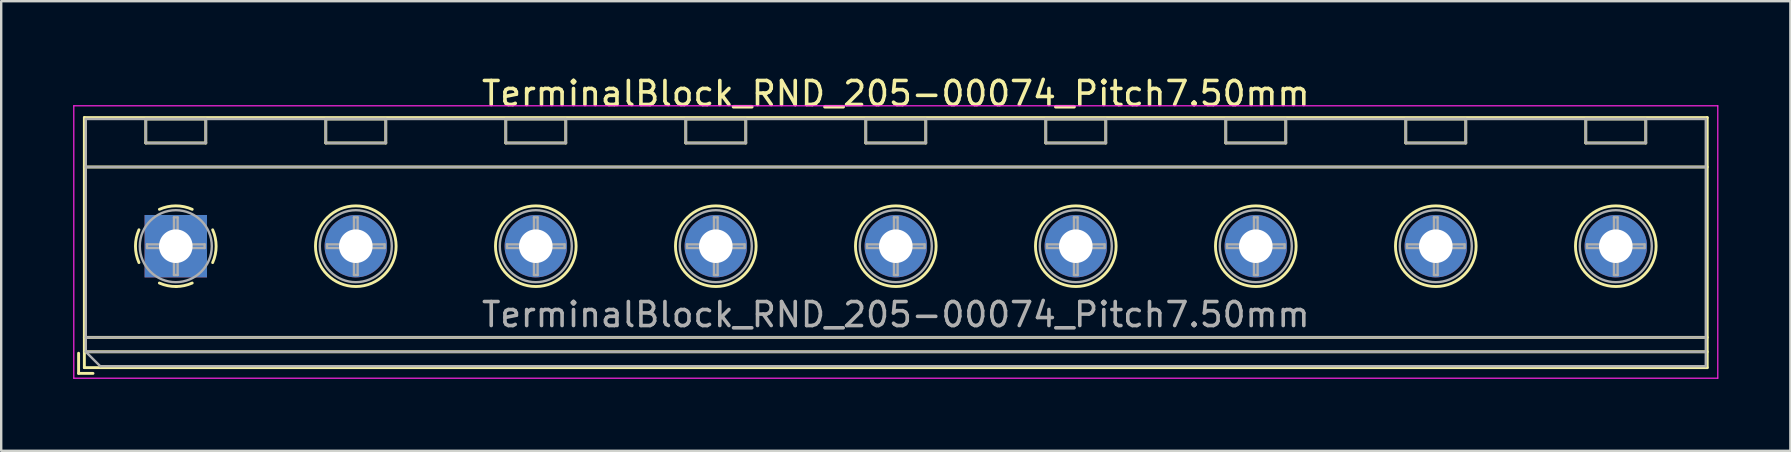
<source format=kicad_pcb>
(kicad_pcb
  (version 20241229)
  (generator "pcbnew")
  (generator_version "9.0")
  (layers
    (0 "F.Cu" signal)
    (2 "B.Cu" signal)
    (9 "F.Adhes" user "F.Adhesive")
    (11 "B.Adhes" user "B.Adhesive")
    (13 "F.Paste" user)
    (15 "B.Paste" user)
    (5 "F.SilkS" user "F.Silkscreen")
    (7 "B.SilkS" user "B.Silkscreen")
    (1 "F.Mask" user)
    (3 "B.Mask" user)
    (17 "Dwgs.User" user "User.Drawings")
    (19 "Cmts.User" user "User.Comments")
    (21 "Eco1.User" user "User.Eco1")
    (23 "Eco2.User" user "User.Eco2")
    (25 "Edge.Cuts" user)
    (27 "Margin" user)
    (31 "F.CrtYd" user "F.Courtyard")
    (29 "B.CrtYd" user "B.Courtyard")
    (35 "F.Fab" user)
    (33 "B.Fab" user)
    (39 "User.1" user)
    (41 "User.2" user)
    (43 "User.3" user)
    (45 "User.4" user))
  (footprint "TerminalBlock_RND_205-00074_Pitch7.50mm"
    (layer "F.Cu")
    (at 4.275 7.208)
    (property "Reference" "TerminalBlock_RND_205-00074_Pitch7.50mm" (at 30 -6.36 0) (layer "F.SilkS") (effects (font (size 1 1) (thickness 0.15))))
    (attr through_hole)
    (fp_line (start -4.05 4.46) (end -4.05 5.3) (stroke (width 0.12) (type solid)) (layer "F.SilkS"))
    (fp_line (start -4.05 5.3) (end -3.45 5.3) (stroke (width 0.12) (type solid)) (layer "F.SilkS"))
    (fp_line (start -3.81 -5.36) (end -3.81 5.06) (stroke (width 0.12) (type solid)) (layer "F.SilkS"))
    (fp_line (start -3.81 -3.3) (end 63.81 -3.3) (stroke (width 0.12) (type solid)) (layer "F.SilkS"))
    (fp_line (start -3.81 3.8) (end 63.81 3.8) (stroke (width 0.12) (type solid)) (layer "F.SilkS"))
    (fp_line (start -3.81 4.4) (end 63.81 4.4) (stroke (width 0.12) (type solid)) (layer "F.SilkS"))
    (fp_line (start -3.81 5.06) (end 63.81 5.06) (stroke (width 0.12) (type solid)) (layer "F.SilkS"))
    (fp_line (start -1.25 -5.301) (end -1.25 -4.301) (stroke (width 0.12) (type solid)) (layer "F.SilkS"))
    (fp_line (start -1.25 -5.301) (end 1.25 -5.301) (stroke (width 0.12) (type solid)) (layer "F.SilkS"))
    (fp_line (start -1.25 -4.301) (end 1.25 -4.301) (stroke (width 0.12) (type solid)) (layer "F.SilkS"))
    (fp_line (start 1.25 -5.301) (end 1.25 -4.301) (stroke (width 0.12) (type solid)) (layer "F.SilkS"))
    (fp_line (start 6.25 -5.301) (end 6.25 -4.301) (stroke (width 0.12) (type solid)) (layer "F.SilkS"))
    (fp_line (start 6.25 -5.301) (end 8.75 -5.301) (stroke (width 0.12) (type solid)) (layer "F.SilkS"))
    (fp_line (start 6.25 -4.301) (end 8.75 -4.301) (stroke (width 0.12) (type solid)) (layer "F.SilkS"))
    (fp_line (start 8.75 -5.301) (end 8.75 -4.301) (stroke (width 0.12) (type solid)) (layer "F.SilkS"))
    (fp_line (start 13.75 -5.301) (end 13.75 -4.301) (stroke (width 0.12) (type solid)) (layer "F.SilkS"))
    (fp_line (start 13.75 -5.301) (end 16.25 -5.301) (stroke (width 0.12) (type solid)) (layer "F.SilkS"))
    (fp_line (start 13.75 -4.301) (end 16.25 -4.301) (stroke (width 0.12) (type solid)) (layer "F.SilkS"))
    (fp_line (start 16.25 -5.301) (end 16.25 -4.301) (stroke (width 0.12) (type solid)) (layer "F.SilkS"))
    (fp_line (start 21.25 -5.301) (end 21.25 -4.301) (stroke (width 0.12) (type solid)) (layer "F.SilkS"))
    (fp_line (start 21.25 -5.301) (end 23.75 -5.301) (stroke (width 0.12) (type solid)) (layer "F.SilkS"))
    (fp_line (start 21.25 -4.301) (end 23.75 -4.301) (stroke (width 0.12) (type solid)) (layer "F.SilkS"))
    (fp_line (start 23.75 -5.301) (end 23.75 -4.301) (stroke (width 0.12) (type solid)) (layer "F.SilkS"))
    (fp_line (start 28.75 -5.301) (end 28.75 -4.301) (stroke (width 0.12) (type solid)) (layer "F.SilkS"))
    (fp_line (start 28.75 -5.301) (end 31.25 -5.301) (stroke (width 0.12) (type solid)) (layer "F.SilkS"))
    (fp_line (start 28.75 -4.301) (end 31.25 -4.301) (stroke (width 0.12) (type solid)) (layer "F.SilkS"))
    (fp_line (start 31.25 -5.301) (end 31.25 -4.301) (stroke (width 0.12) (type solid)) (layer "F.SilkS"))
    (fp_line (start 36.25 -5.301) (end 36.25 -4.301) (stroke (width 0.12) (type solid)) (layer "F.SilkS"))
    (fp_line (start 36.25 -5.301) (end 38.75 -5.301) (stroke (width 0.12) (type solid)) (layer "F.SilkS"))
    (fp_line (start 36.25 -4.301) (end 38.75 -4.301) (stroke (width 0.12) (type solid)) (layer "F.SilkS"))
    (fp_line (start 38.75 -5.301) (end 38.75 -4.301) (stroke (width 0.12) (type solid)) (layer "F.SilkS"))
    (fp_line (start 43.75 -5.301) (end 43.75 -4.301) (stroke (width 0.12) (type solid)) (layer "F.SilkS"))
    (fp_line (start 43.75 -5.301) (end 46.25 -5.301) (stroke (width 0.12) (type solid)) (layer "F.SilkS"))
    (fp_line (start 43.75 -4.301) (end 46.25 -4.301) (stroke (width 0.12) (type solid)) (layer "F.SilkS"))
    (fp_line (start 46.25 -5.301) (end 46.25 -4.301) (stroke (width 0.12) (type solid)) (layer "F.SilkS"))
    (fp_line (start 51.25 -5.301) (end 51.25 -4.301) (stroke (width 0.12) (type solid)) (layer "F.SilkS"))
    (fp_line (start 51.25 -5.301) (end 53.75 -5.301) (stroke (width 0.12) (type solid)) (layer "F.SilkS"))
    (fp_line (start 51.25 -4.301) (end 53.75 -4.301) (stroke (width 0.12) (type solid)) (layer "F.SilkS"))
    (fp_line (start 53.75 -5.301) (end 53.75 -4.301) (stroke (width 0.12) (type solid)) (layer "F.SilkS"))
    (fp_line (start 58.75 -5.301) (end 58.75 -4.301) (stroke (width 0.12) (type solid)) (layer "F.SilkS"))
    (fp_line (start 58.75 -5.301) (end 61.25 -5.301) (stroke (width 0.12) (type solid)) (layer "F.SilkS"))
    (fp_line (start 58.75 -4.301) (end 61.25 -4.301) (stroke (width 0.12) (type solid)) (layer "F.SilkS"))
    (fp_line (start 61.25 -5.301) (end 61.25 -4.301) (stroke (width 0.12) (type solid)) (layer "F.SilkS"))
    (fp_line (start 63.81 -5.36) (end -3.81 -5.36) (stroke (width 0.12) (type solid)) (layer "F.SilkS"))
    (fp_line (start 63.81 5.06) (end 63.81 -5.36) (stroke (width 0.12) (type solid)) (layer "F.SilkS"))
    (fp_arc (start -1.535427 0.683042) (mid -1.680501 -0.000524) (end -1.535 -0.684) (stroke (width 0.12) (type solid)) (layer "F.SilkS"))
    (fp_arc (start -0.683042 -1.535427) (mid 0.000524 -1.680501) (end 0.684 -1.535) (stroke (width 0.12) (type solid)) (layer "F.SilkS"))
    (fp_arc (start 0.028805 1.680253) (mid -0.335551 1.646659) (end -0.684 1.535) (stroke (width 0.12) (type solid)) (layer "F.SilkS"))
    (fp_arc (start 0.683318 1.534756) (mid 0.349292 1.643288) (end 0 1.68) (stroke (width 0.12) (type solid)) (layer "F.SilkS"))
    (fp_arc (start 1.535427 -0.683042) (mid 1.680501 0.000524) (end 1.535 0.684) (stroke (width 0.12) (type solid)) (layer "F.SilkS"))
    (fp_circle (center 7.5 0) (end 9.18 0) (stroke (width 0.12) (type solid)) (fill no) (layer "F.SilkS"))
    (fp_circle (center 15 0) (end 16.68 0) (stroke (width 0.12) (type solid)) (fill no) (layer "F.SilkS"))
    (fp_circle (center 22.5 0) (end 24.18 0) (stroke (width 0.12) (type solid)) (fill no) (layer "F.SilkS"))
    (fp_circle (center 30 0) (end 31.68 0) (stroke (width 0.12) (type solid)) (fill no) (layer "F.SilkS"))
    (fp_circle (center 37.5 0) (end 39.18 0) (stroke (width 0.12) (type solid)) (fill no) (layer "F.SilkS"))
    (fp_circle (center 45 0) (end 46.68 0) (stroke (width 0.12) (type solid)) (fill no) (layer "F.SilkS"))
    (fp_circle (center 52.5 0) (end 54.18 0) (stroke (width 0.12) (type solid)) (fill no) (layer "F.SilkS"))
    (fp_circle (center 60 0) (end 61.68 0) (stroke (width 0.12) (type solid)) (fill no) (layer "F.SilkS"))
    (fp_line (start -4.25 -5.85) (end -4.25 5.5) (stroke (width 0.05) (type solid)) (layer "F.CrtYd"))
    (fp_line (start -4.25 5.5) (end 64.25 5.5) (stroke (width 0.05) (type solid)) (layer "F.CrtYd"))
    (fp_line (start 64.25 -5.85) (end -4.25 -5.85) (stroke (width 0.05) (type solid)) (layer "F.CrtYd"))
    (fp_line (start 64.25 5.5) (end 64.25 -5.85) (stroke (width 0.05) (type solid)) (layer "F.CrtYd"))
    (fp_line (start -3.75 -5.3) (end 63.75 -5.3) (stroke (width 0.1) (type solid)) (layer "F.Fab"))
    (fp_line (start -3.75 -3.3) (end 63.75 -3.3) (stroke (width 0.1) (type solid)) (layer "F.Fab"))
    (fp_line (start -3.75 3.8) (end 63.75 3.8) (stroke (width 0.1) (type solid)) (layer "F.Fab"))
    (fp_line (start -3.75 4.4) (end -3.75 -5.3) (stroke (width 0.1) (type solid)) (layer "F.Fab"))
    (fp_line (start -3.75 4.4) (end 63.75 4.4) (stroke (width 0.1) (type solid)) (layer "F.Fab"))
    (fp_line (start -3.15 5) (end -3.75 4.4) (stroke (width 0.1) (type solid)) (layer "F.Fab"))
    (fp_line (start -1.25 -5.3) (end -1.25 -4.3) (stroke (width 0.1) (type solid)) (layer "F.Fab"))
    (fp_line (start -1.25 -4.3) (end 1.25 -4.3) (stroke (width 0.1) (type solid)) (layer "F.Fab"))
    (fp_line (start -1.201 -0.076) (end -0.076 -0.076) (stroke (width 0.1) (type solid)) (layer "F.Fab"))
    (fp_line (start -1.201 0.076) (end -1.201 -0.076) (stroke (width 0.1) (type solid)) (layer "F.Fab"))
    (fp_line (start -0.076 -1.201) (end 0.076 -1.201) (stroke (width 0.1) (type solid)) (layer "F.Fab"))
    (fp_line (start -0.076 -0.076) (end -0.076 -1.201) (stroke (width 0.1) (type solid)) (layer "F.Fab"))
    (fp_line (start -0.076 0.076) (end -1.201 0.076) (stroke (width 0.1) (type solid)) (layer "F.Fab"))
    (fp_line (start -0.076 1.201) (end -0.076 0.076) (stroke (width 0.1) (type solid)) (layer "F.Fab"))
    (fp_line (start 0.076 -1.201) (end 0.076 -0.076) (stroke (width 0.1) (type solid)) (layer "F.Fab"))
    (fp_line (start 0.076 -0.076) (end 1.201 -0.076) (stroke (width 0.1) (type solid)) (layer "F.Fab"))
    (fp_line (start 0.076 0.076) (end 0.076 1.201) (stroke (width 0.1) (type solid)) (layer "F.Fab"))
    (fp_line (start 0.076 1.201) (end -0.076 1.201) (stroke (width 0.1) (type solid)) (layer "F.Fab"))
    (fp_line (start 1.201 -0.076) (end 1.201 0.076) (stroke (width 0.1) (type solid)) (layer "F.Fab"))
    (fp_line (start 1.201 0.076) (end 0.076 0.076) (stroke (width 0.1) (type solid)) (layer "F.Fab"))
    (fp_line (start 1.25 -5.3) (end -1.25 -5.3) (stroke (width 0.1) (type solid)) (layer "F.Fab"))
    (fp_line (start 1.25 -4.3) (end 1.25 -5.3) (stroke (width 0.1) (type solid)) (layer "F.Fab"))
    (fp_line (start 6.25 -5.3) (end 6.25 -4.3) (stroke (width 0.1) (type solid)) (layer "F.Fab"))
    (fp_line (start 6.25 -4.3) (end 8.75 -4.3) (stroke (width 0.1) (type solid)) (layer "F.Fab"))
    (fp_line (start 6.299 -0.076) (end 7.424 -0.076) (stroke (width 0.1) (type solid)) (layer "F.Fab"))
    (fp_line (start 6.299 0.076) (end 6.299 -0.076) (stroke (width 0.1) (type solid)) (layer "F.Fab"))
    (fp_line (start 7.424 -1.201) (end 7.576 -1.201) (stroke (width 0.1) (type solid)) (layer "F.Fab"))
    (fp_line (start 7.424 -0.076) (end 7.424 -1.201) (stroke (width 0.1) (type solid)) (layer "F.Fab"))
    (fp_line (start 7.424 0.076) (end 6.299 0.076) (stroke (width 0.1) (type solid)) (layer "F.Fab"))
    (fp_line (start 7.424 1.201) (end 7.424 0.076) (stroke (width 0.1) (type solid)) (layer "F.Fab"))
    (fp_line (start 7.576 -1.201) (end 7.576 -0.076) (stroke (width 0.1) (type solid)) (layer "F.Fab"))
    (fp_line (start 7.576 -0.076) (end 8.701 -0.076) (stroke (width 0.1) (type solid)) (layer "F.Fab"))
    (fp_line (start 7.576 0.076) (end 7.576 1.201) (stroke (width 0.1) (type solid)) (layer "F.Fab"))
    (fp_line (start 7.576 1.201) (end 7.424 1.201) (stroke (width 0.1) (type solid)) (layer "F.Fab"))
    (fp_line (start 8.701 -0.076) (end 8.701 0.076) (stroke (width 0.1) (type solid)) (layer "F.Fab"))
    (fp_line (start 8.701 0.076) (end 7.576 0.076) (stroke (width 0.1) (type solid)) (layer "F.Fab"))
    (fp_line (start 8.75 -5.3) (end 6.25 -5.3) (stroke (width 0.1) (type solid)) (layer "F.Fab"))
    (fp_line (start 8.75 -4.3) (end 8.75 -5.3) (stroke (width 0.1) (type solid)) (layer "F.Fab"))
    (fp_line (start 13.75 -5.3) (end 13.75 -4.3) (stroke (width 0.1) (type solid)) (layer "F.Fab"))
    (fp_line (start 13.75 -4.3) (end 16.25 -4.3) (stroke (width 0.1) (type solid)) (layer "F.Fab"))
    (fp_line (start 13.799 -0.076) (end 14.924 -0.076) (stroke (width 0.1) (type solid)) (layer "F.Fab"))
    (fp_line (start 13.799 0.076) (end 13.799 -0.076) (stroke (width 0.1) (type solid)) (layer "F.Fab"))
    (fp_line (start 14.924 -1.201) (end 15.076 -1.201) (stroke (width 0.1) (type solid)) (layer "F.Fab"))
    (fp_line (start 14.924 -0.076) (end 14.924 -1.201) (stroke (width 0.1) (type solid)) (layer "F.Fab"))
    (fp_line (start 14.924 0.076) (end 13.799 0.076) (stroke (width 0.1) (type solid)) (layer "F.Fab"))
    (fp_line (start 14.924 1.201) (end 14.924 0.076) (stroke (width 0.1) (type solid)) (layer "F.Fab"))
    (fp_line (start 15.076 -1.201) (end 15.076 -0.076) (stroke (width 0.1) (type solid)) (layer "F.Fab"))
    (fp_line (start 15.076 -0.076) (end 16.201 -0.076) (stroke (width 0.1) (type solid)) (layer "F.Fab"))
    (fp_line (start 15.076 0.076) (end 15.076 1.201) (stroke (width 0.1) (type solid)) (layer "F.Fab"))
    (fp_line (start 15.076 1.201) (end 14.924 1.201) (stroke (width 0.1) (type solid)) (layer "F.Fab"))
    (fp_line (start 16.201 -0.076) (end 16.201 0.076) (stroke (width 0.1) (type solid)) (layer "F.Fab"))
    (fp_line (start 16.201 0.076) (end 15.076 0.076) (stroke (width 0.1) (type solid)) (layer "F.Fab"))
    (fp_line (start 16.25 -5.3) (end 13.75 -5.3) (stroke (width 0.1) (type solid)) (layer "F.Fab"))
    (fp_line (start 16.25 -4.3) (end 16.25 -5.3) (stroke (width 0.1) (type solid)) (layer "F.Fab"))
    (fp_line (start 21.25 -5.3) (end 21.25 -4.3) (stroke (width 0.1) (type solid)) (layer "F.Fab"))
    (fp_line (start 21.25 -4.3) (end 23.75 -4.3) (stroke (width 0.1) (type solid)) (layer "F.Fab"))
    (fp_line (start 21.299 -0.076) (end 22.424 -0.076) (stroke (width 0.1) (type solid)) (layer "F.Fab"))
    (fp_line (start 21.299 0.076) (end 21.299 -0.076) (stroke (width 0.1) (type solid)) (layer "F.Fab"))
    (fp_line (start 22.424 -1.201) (end 22.576 -1.201) (stroke (width 0.1) (type solid)) (layer "F.Fab"))
    (fp_line (start 22.424 -0.076) (end 22.424 -1.201) (stroke (width 0.1) (type solid)) (layer "F.Fab"))
    (fp_line (start 22.424 0.076) (end 21.299 0.076) (stroke (width 0.1) (type solid)) (layer "F.Fab"))
    (fp_line (start 22.424 1.201) (end 22.424 0.076) (stroke (width 0.1) (type solid)) (layer "F.Fab"))
    (fp_line (start 22.576 -1.201) (end 22.576 -0.076) (stroke (width 0.1) (type solid)) (layer "F.Fab"))
    (fp_line (start 22.576 -0.076) (end 23.701 -0.076) (stroke (width 0.1) (type solid)) (layer "F.Fab"))
    (fp_line (start 22.576 0.076) (end 22.576 1.201) (stroke (width 0.1) (type solid)) (layer "F.Fab"))
    (fp_line (start 22.576 1.201) (end 22.424 1.201) (stroke (width 0.1) (type solid)) (layer "F.Fab"))
    (fp_line (start 23.701 -0.076) (end 23.701 0.076) (stroke (width 0.1) (type solid)) (layer "F.Fab"))
    (fp_line (start 23.701 0.076) (end 22.576 0.076) (stroke (width 0.1) (type solid)) (layer "F.Fab"))
    (fp_line (start 23.75 -5.3) (end 21.25 -5.3) (stroke (width 0.1) (type solid)) (layer "F.Fab"))
    (fp_line (start 23.75 -4.3) (end 23.75 -5.3) (stroke (width 0.1) (type solid)) (layer "F.Fab"))
    (fp_line (start 28.75 -5.3) (end 28.75 -4.3) (stroke (width 0.1) (type solid)) (layer "F.Fab"))
    (fp_line (start 28.75 -4.3) (end 31.25 -4.3) (stroke (width 0.1) (type solid)) (layer "F.Fab"))
    (fp_line (start 28.799 -0.076) (end 29.924 -0.076) (stroke (width 0.1) (type solid)) (layer "F.Fab"))
    (fp_line (start 28.799 0.076) (end 28.799 -0.076) (stroke (width 0.1) (type solid)) (layer "F.Fab"))
    (fp_line (start 29.924 -1.201) (end 30.076 -1.201) (stroke (width 0.1) (type solid)) (layer "F.Fab"))
    (fp_line (start 29.924 -0.076) (end 29.924 -1.201) (stroke (width 0.1) (type solid)) (layer "F.Fab"))
    (fp_line (start 29.924 0.076) (end 28.799 0.076) (stroke (width 0.1) (type solid)) (layer "F.Fab"))
    (fp_line (start 29.924 1.201) (end 29.924 0.076) (stroke (width 0.1) (type solid)) (layer "F.Fab"))
    (fp_line (start 30.076 -1.201) (end 30.076 -0.076) (stroke (width 0.1) (type solid)) (layer "F.Fab"))
    (fp_line (start 30.076 -0.076) (end 31.201 -0.076) (stroke (width 0.1) (type solid)) (layer "F.Fab"))
    (fp_line (start 30.076 0.076) (end 30.076 1.201) (stroke (width 0.1) (type solid)) (layer "F.Fab"))
    (fp_line (start 30.076 1.201) (end 29.924 1.201) (stroke (width 0.1) (type solid)) (layer "F.Fab"))
    (fp_line (start 31.201 -0.076) (end 31.201 0.076) (stroke (width 0.1) (type solid)) (layer "F.Fab"))
    (fp_line (start 31.201 0.076) (end 30.076 0.076) (stroke (width 0.1) (type solid)) (layer "F.Fab"))
    (fp_line (start 31.25 -5.3) (end 28.75 -5.3) (stroke (width 0.1) (type solid)) (layer "F.Fab"))
    (fp_line (start 31.25 -4.3) (end 31.25 -5.3) (stroke (width 0.1) (type solid)) (layer "F.Fab"))
    (fp_line (start 36.25 -5.3) (end 36.25 -4.3) (stroke (width 0.1) (type solid)) (layer "F.Fab"))
    (fp_line (start 36.25 -4.3) (end 38.75 -4.3) (stroke (width 0.1) (type solid)) (layer "F.Fab"))
    (fp_line (start 36.299 -0.076) (end 37.424 -0.076) (stroke (width 0.1) (type solid)) (layer "F.Fab"))
    (fp_line (start 36.299 0.076) (end 36.299 -0.076) (stroke (width 0.1) (type solid)) (layer "F.Fab"))
    (fp_line (start 37.424 -1.201) (end 37.576 -1.201) (stroke (width 0.1) (type solid)) (layer "F.Fab"))
    (fp_line (start 37.424 -0.076) (end 37.424 -1.201) (stroke (width 0.1) (type solid)) (layer "F.Fab"))
    (fp_line (start 37.424 0.076) (end 36.299 0.076) (stroke (width 0.1) (type solid)) (layer "F.Fab"))
    (fp_line (start 37.424 1.201) (end 37.424 0.076) (stroke (width 0.1) (type solid)) (layer "F.Fab"))
    (fp_line (start 37.576 -1.201) (end 37.576 -0.076) (stroke (width 0.1) (type solid)) (layer "F.Fab"))
    (fp_line (start 37.576 -0.076) (end 38.701 -0.076) (stroke (width 0.1) (type solid)) (layer "F.Fab"))
    (fp_line (start 37.576 0.076) (end 37.576 1.201) (stroke (width 0.1) (type solid)) (layer "F.Fab"))
    (fp_line (start 37.576 1.201) (end 37.424 1.201) (stroke (width 0.1) (type solid)) (layer "F.Fab"))
    (fp_line (start 38.701 -0.076) (end 38.701 0.076) (stroke (width 0.1) (type solid)) (layer "F.Fab"))
    (fp_line (start 38.701 0.076) (end 37.576 0.076) (stroke (width 0.1) (type solid)) (layer "F.Fab"))
    (fp_line (start 38.75 -5.3) (end 36.25 -5.3) (stroke (width 0.1) (type solid)) (layer "F.Fab"))
    (fp_line (start 38.75 -4.3) (end 38.75 -5.3) (stroke (width 0.1) (type solid)) (layer "F.Fab"))
    (fp_line (start 43.75 -5.3) (end 43.75 -4.3) (stroke (width 0.1) (type solid)) (layer "F.Fab"))
    (fp_line (start 43.75 -4.3) (end 46.25 -4.3) (stroke (width 0.1) (type solid)) (layer "F.Fab"))
    (fp_line (start 43.799 -0.076) (end 44.924 -0.076) (stroke (width 0.1) (type solid)) (layer "F.Fab"))
    (fp_line (start 43.799 0.076) (end 43.799 -0.076) (stroke (width 0.1) (type solid)) (layer "F.Fab"))
    (fp_line (start 44.924 -1.201) (end 45.076 -1.201) (stroke (width 0.1) (type solid)) (layer "F.Fab"))
    (fp_line (start 44.924 -0.076) (end 44.924 -1.201) (stroke (width 0.1) (type solid)) (layer "F.Fab"))
    (fp_line (start 44.924 0.076) (end 43.799 0.076) (stroke (width 0.1) (type solid)) (layer "F.Fab"))
    (fp_line (start 44.924 1.201) (end 44.924 0.076) (stroke (width 0.1) (type solid)) (layer "F.Fab"))
    (fp_line (start 45.076 -1.201) (end 45.076 -0.076) (stroke (width 0.1) (type solid)) (layer "F.Fab"))
    (fp_line (start 45.076 -0.076) (end 46.201 -0.076) (stroke (width 0.1) (type solid)) (layer "F.Fab"))
    (fp_line (start 45.076 0.076) (end 45.076 1.201) (stroke (width 0.1) (type solid)) (layer "F.Fab"))
    (fp_line (start 45.076 1.201) (end 44.924 1.201) (stroke (width 0.1) (type solid)) (layer "F.Fab"))
    (fp_line (start 46.201 -0.076) (end 46.201 0.076) (stroke (width 0.1) (type solid)) (layer "F.Fab"))
    (fp_line (start 46.201 0.076) (end 45.076 0.076) (stroke (width 0.1) (type solid)) (layer "F.Fab"))
    (fp_line (start 46.25 -5.3) (end 43.75 -5.3) (stroke (width 0.1) (type solid)) (layer "F.Fab"))
    (fp_line (start 46.25 -4.3) (end 46.25 -5.3) (stroke (width 0.1) (type solid)) (layer "F.Fab"))
    (fp_line (start 51.25 -5.3) (end 51.25 -4.3) (stroke (width 0.1) (type solid)) (layer "F.Fab"))
    (fp_line (start 51.25 -4.3) (end 53.75 -4.3) (stroke (width 0.1) (type solid)) (layer "F.Fab"))
    (fp_line (start 51.299 -0.076) (end 52.424 -0.076) (stroke (width 0.1) (type solid)) (layer "F.Fab"))
    (fp_line (start 51.299 0.076) (end 51.299 -0.076) (stroke (width 0.1) (type solid)) (layer "F.Fab"))
    (fp_line (start 52.424 -1.201) (end 52.576 -1.201) (stroke (width 0.1) (type solid)) (layer "F.Fab"))
    (fp_line (start 52.424 -0.076) (end 52.424 -1.201) (stroke (width 0.1) (type solid)) (layer "F.Fab"))
    (fp_line (start 52.424 0.076) (end 51.299 0.076) (stroke (width 0.1) (type solid)) (layer "F.Fab"))
    (fp_line (start 52.424 1.201) (end 52.424 0.076) (stroke (width 0.1) (type solid)) (layer "F.Fab"))
    (fp_line (start 52.576 -1.201) (end 52.576 -0.076) (stroke (width 0.1) (type solid)) (layer "F.Fab"))
    (fp_line (start 52.576 -0.076) (end 53.701 -0.076) (stroke (width 0.1) (type solid)) (layer "F.Fab"))
    (fp_line (start 52.576 0.076) (end 52.576 1.201) (stroke (width 0.1) (type solid)) (layer "F.Fab"))
    (fp_line (start 52.576 1.201) (end 52.424 1.201) (stroke (width 0.1) (type solid)) (layer "F.Fab"))
    (fp_line (start 53.701 -0.076) (end 53.701 0.076) (stroke (width 0.1) (type solid)) (layer "F.Fab"))
    (fp_line (start 53.701 0.076) (end 52.576 0.076) (stroke (width 0.1) (type solid)) (layer "F.Fab"))
    (fp_line (start 53.75 -5.3) (end 51.25 -5.3) (stroke (width 0.1) (type solid)) (layer "F.Fab"))
    (fp_line (start 53.75 -4.3) (end 53.75 -5.3) (stroke (width 0.1) (type solid)) (layer "F.Fab"))
    (fp_line (start 58.75 -5.3) (end 58.75 -4.3) (stroke (width 0.1) (type solid)) (layer "F.Fab"))
    (fp_line (start 58.75 -4.3) (end 61.25 -4.3) (stroke (width 0.1) (type solid)) (layer "F.Fab"))
    (fp_line (start 58.799 -0.076) (end 59.924 -0.076) (stroke (width 0.1) (type solid)) (layer "F.Fab"))
    (fp_line (start 58.799 0.076) (end 58.799 -0.076) (stroke (width 0.1) (type solid)) (layer "F.Fab"))
    (fp_line (start 59.924 -1.201) (end 60.076 -1.201) (stroke (width 0.1) (type solid)) (layer "F.Fab"))
    (fp_line (start 59.924 -0.076) (end 59.924 -1.201) (stroke (width 0.1) (type solid)) (layer "F.Fab"))
    (fp_line (start 59.924 0.076) (end 58.799 0.076) (stroke (width 0.1) (type solid)) (layer "F.Fab"))
    (fp_line (start 59.924 1.201) (end 59.924 0.076) (stroke (width 0.1) (type solid)) (layer "F.Fab"))
    (fp_line (start 60.076 -1.201) (end 60.076 -0.076) (stroke (width 0.1) (type solid)) (layer "F.Fab"))
    (fp_line (start 60.076 -0.076) (end 61.201 -0.076) (stroke (width 0.1) (type solid)) (layer "F.Fab"))
    (fp_line (start 60.076 0.076) (end 60.076 1.201) (stroke (width 0.1) (type solid)) (layer "F.Fab"))
    (fp_line (start 60.076 1.201) (end 59.924 1.201) (stroke (width 0.1) (type solid)) (layer "F.Fab"))
    (fp_line (start 61.201 -0.076) (end 61.201 0.076) (stroke (width 0.1) (type solid)) (layer "F.Fab"))
    (fp_line (start 61.201 0.076) (end 60.076 0.076) (stroke (width 0.1) (type solid)) (layer "F.Fab"))
    (fp_line (start 61.25 -5.3) (end 58.75 -5.3) (stroke (width 0.1) (type solid)) (layer "F.Fab"))
    (fp_line (start 61.25 -4.3) (end 61.25 -5.3) (stroke (width 0.1) (type solid)) (layer "F.Fab"))
    (fp_line (start 63.75 -5.3) (end 63.75 5) (stroke (width 0.1) (type solid)) (layer "F.Fab"))
    (fp_line (start 63.75 5) (end -3.15 5) (stroke (width 0.1) (type solid)) (layer "F.Fab"))
    (fp_circle (center 0 0) (end 1.5 0) (stroke (width 0.1) (type solid)) (fill no) (layer "F.Fab"))
    (fp_circle (center 7.5 0) (end 9 0) (stroke (width 0.1) (type solid)) (fill no) (layer "F.Fab"))
    (fp_circle (center 15 0) (end 16.5 0) (stroke (width 0.1) (type solid)) (fill no) (layer "F.Fab"))
    (fp_circle (center 22.5 0) (end 24 0) (stroke (width 0.1) (type solid)) (fill no) (layer "F.Fab"))
    (fp_circle (center 30 0) (end 31.5 0) (stroke (width 0.1) (type solid)) (fill no) (layer "F.Fab"))
    (fp_circle (center 37.5 0) (end 39 0) (stroke (width 0.1) (type solid)) (fill no) (layer "F.Fab"))
    (fp_circle (center 45 0) (end 46.5 0) (stroke (width 0.1) (type solid)) (fill no) (layer "F.Fab"))
    (fp_circle (center 52.5 0) (end 54 0) (stroke (width 0.1) (type solid)) (fill no) (layer "F.Fab"))
    (fp_circle (center 60 0) (end 61.5 0) (stroke (width 0.1) (type solid)) (fill no) (layer "F.Fab"))
    (fp_text user "${REFERENCE}" (at 30 2.85 0) (layer "F.Fab") (effects (font (size 1 1) (thickness 0.15))))
    (pad "1" thru_hole rect (at 0 0) (size 2.6 2.6) (drill 1.4) (layers "*.Cu" "*.Mask"))
    (pad "2" thru_hole oval (at 7.5 0) (size 2.6 2.6) (drill 1.4) (layers "*.Cu" "*.Mask"))
    (pad "3" thru_hole oval (at 15 0) (size 2.6 2.6) (drill 1.4) (layers "*.Cu" "*.Mask"))
    (pad "4" thru_hole oval (at 22.5 0) (size 2.6 2.6) (drill 1.4) (layers "*.Cu" "*.Mask"))
    (pad "5" thru_hole oval (at 30 0) (size 2.6 2.6) (drill 1.4) (layers "*.Cu" "*.Mask"))
    (pad "6" thru_hole oval (at 37.5 0) (size 2.6 2.6) (drill 1.4) (layers "*.Cu" "*.Mask"))
    (pad "7" thru_hole oval (at 45 0) (size 2.6 2.6) (drill 1.4) (layers "*.Cu" "*.Mask"))
    (pad "8" thru_hole oval (at 52.5 0) (size 2.6 2.6) (drill 1.4) (layers "*.Cu" "*.Mask"))
    (pad "9" thru_hole oval (at 60 0) (size 2.6 2.6) (drill 1.4) (layers "*.Cu" "*.Mask")))
  (gr_rect
    (start -3 -3)
    (end 71.55 15.733)
    (stroke (width 0.1) (type default))
    (fill no)
    (layer "Edge.Cuts")))
</source>
